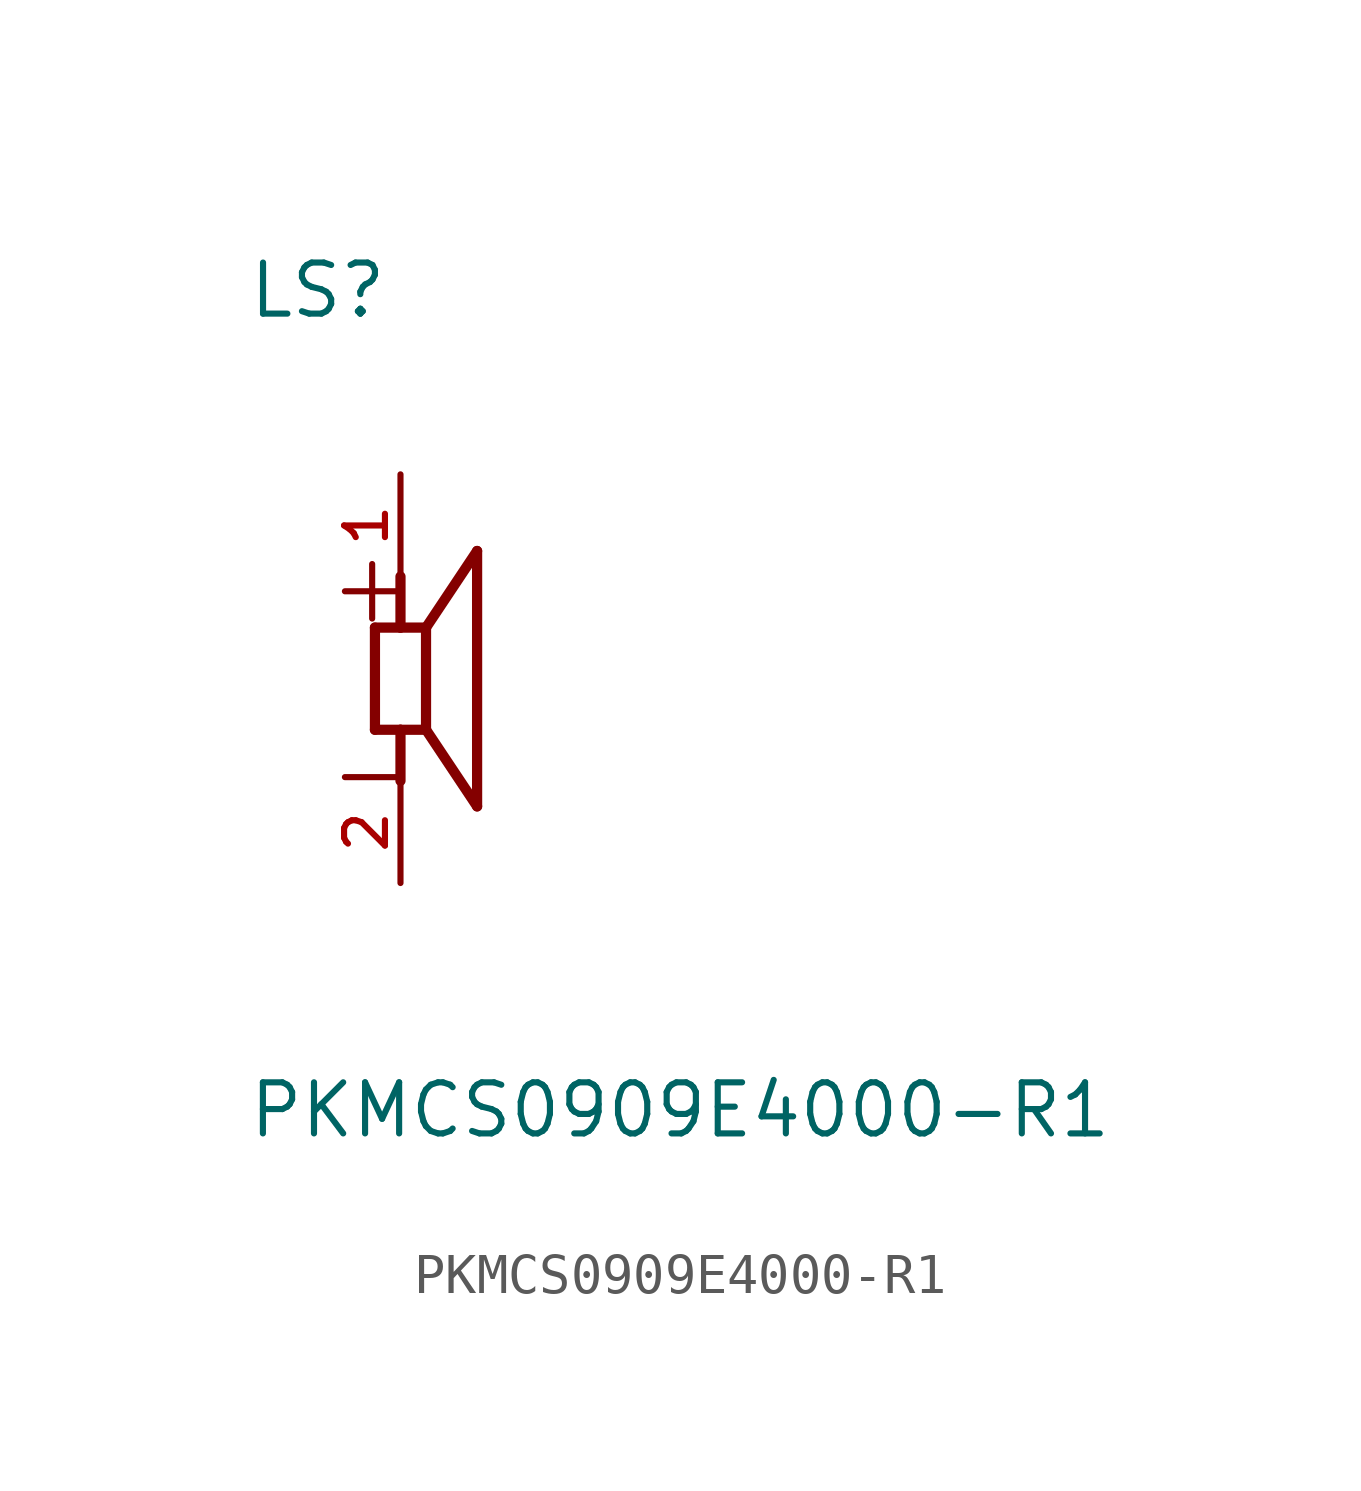
<source format=kicad_sym>
(kicad_symbol_lib
  (version 20211014)
  (generator kicad_symbol_editor)
  (symbol "PKMCS0909E4000-R1"
    (pin_names
      (offset 1.016))
    (property "Reference" "LS"
      (at -3.82 8.913 0)
      (effects (font (size 1.27 1.27)) (justify bottom left)))
    (property "Value" "PKMCS0909E4000-R1"
      (at -3.823 -11.469 0)
      (effects (font (size 1.27 1.27)) (justify bottom left)))
    (symbol "PKMCS0909E4000-R1_0_0"
      (polyline (pts (xy -0.635 1.27) (xy 0.0 1.27)) (stroke (width 0.254)))
      (polyline (pts (xy 0.0 1.27) (xy 0.635 1.27)) (stroke (width 0.254)))
      (polyline (pts (xy 0.635 1.27) (xy 0.635 -1.27)) (stroke (width 0.254)))
      (polyline (pts (xy 0.635 -1.27) (xy 0.0 -1.27)) (stroke (width 0.254)))
      (polyline (pts (xy 0.0 -1.27) (xy -0.635 -1.27)) (stroke (width 0.254)))
      (polyline (pts (xy -0.635 -1.27) (xy -0.635 1.27)) (stroke (width 0.254)))
      (polyline (pts (xy 0.635 1.27) (xy 1.905 3.175)) (stroke (width 0.254)))
      (polyline (pts (xy 1.905 3.175) (xy 1.905 -3.175)) (stroke (width 0.254)))
      (polyline (pts (xy 1.905 -3.175) (xy 0.635 -1.27)) (stroke (width 0.254)))
      (polyline (pts (xy 0.0 1.27) (xy 0.0 2.54)) (stroke (width 0.254)))
      (polyline (pts (xy 0.0 -1.27) (xy 0.0 -2.54)) (stroke (width 0.254)))
      (text "+" (at -1.905 1.27 0) (effects (font (size 1.778 1.778)) (justify bottom left)))
      (text "-" (at -1.905 -1.27 0) (effects (font (size 1.778 1.778)) (justify top left)))
      (pin passive line (at 0.0 5.08 270.0) (length 2.54) (name "~" (effects (font (size 1.016 1.016)))) (number "1" (effects (font (size 1.016 1.016)))))
      (pin passive line (at 0.0 -5.08 90.0) (length 2.54) (name "~" (effects (font (size 1.016 1.016)))) (number "2" (effects (font (size 1.016 1.016))))))))
</source>
